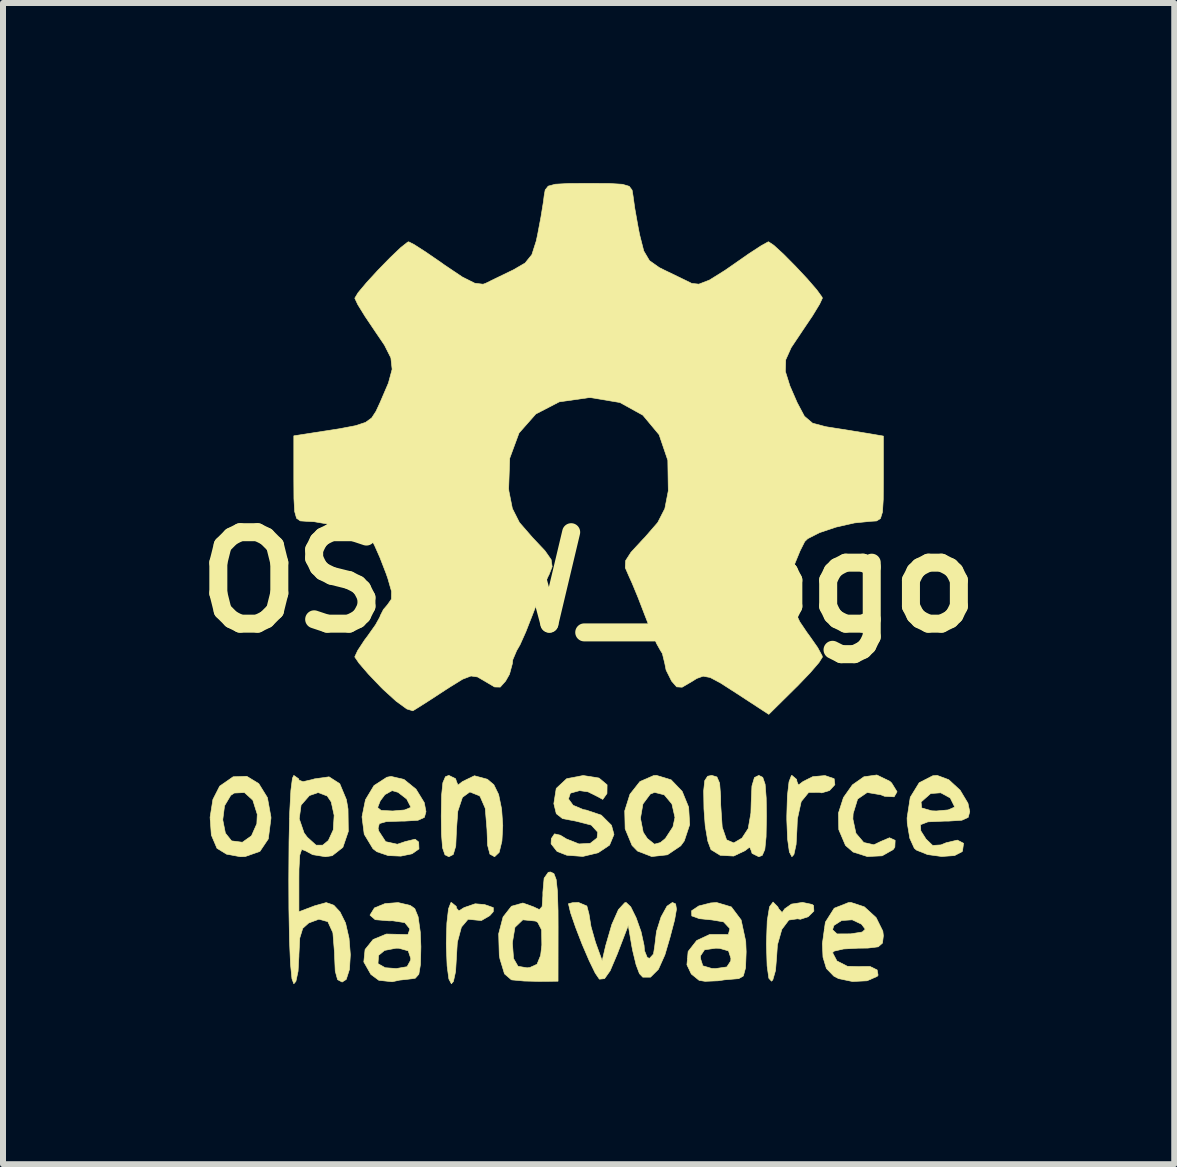
<source format=kicad_pcb>
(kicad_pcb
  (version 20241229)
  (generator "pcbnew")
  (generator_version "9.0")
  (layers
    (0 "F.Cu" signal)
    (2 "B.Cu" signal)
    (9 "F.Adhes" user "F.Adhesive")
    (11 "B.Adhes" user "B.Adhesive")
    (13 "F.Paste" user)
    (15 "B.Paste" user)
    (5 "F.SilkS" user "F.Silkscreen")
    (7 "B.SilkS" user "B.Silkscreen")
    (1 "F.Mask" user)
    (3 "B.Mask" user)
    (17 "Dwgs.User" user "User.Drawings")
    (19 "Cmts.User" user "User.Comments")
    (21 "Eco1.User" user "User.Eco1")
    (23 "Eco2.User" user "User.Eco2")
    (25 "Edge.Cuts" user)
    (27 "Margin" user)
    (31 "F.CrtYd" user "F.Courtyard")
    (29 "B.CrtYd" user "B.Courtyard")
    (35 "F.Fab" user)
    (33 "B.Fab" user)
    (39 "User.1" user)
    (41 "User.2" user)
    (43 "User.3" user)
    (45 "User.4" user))
  (footprint "OSHW_Logo"
    (layer "F.Cu")
    (at 6.756 6.651)
    (property "Reference" "OSHW_Logo" (at 0 0 0) (layer "F.SilkS") (effects (font (size 1.524 1.524) (thickness 0.3))))
    (attr through_hole)
    (fp_poly (pts (xy -2.205 5.4) (xy -2.201 5.429) (xy -2.161 5.474) (xy -2.075 5.42) (xy -1.89 5.356) (xy -1.733 5.369) (xy -1.587 5.42) (xy -1.588 5.488) (xy -1.647 5.554) (xy -1.786 5.635) (xy -1.866 5.628) (xy -2.008 5.614) (xy -2.119 5.745) (xy -2.187 5.999) (xy -2.201 6.233) (xy -2.216 6.485) (xy -2.252 6.65) (xy -2.286 6.689) (xy -2.328 6.609) (xy -2.357 6.393) (xy -2.37 6.072) (xy -2.371 6.011) (xy -2.361 5.676) (xy -2.334 5.44) (xy -2.294 5.336) (xy -2.286 5.334) (xy -2.205 5.4)) (stroke (width 0.01) (type solid)) (fill yes) (layer "F.SilkS"))
    (fp_poly (pts (xy 3.152 5.407) (xy 3.168 5.44) (xy 3.224 5.502) (xy 3.267 5.44) (xy 3.38 5.361) (xy 3.564 5.333) (xy 3.724 5.367) (xy 3.748 5.385) (xy 3.753 5.478) (xy 3.659 5.571) (xy 3.529 5.614) (xy 3.481 5.606) (xy 3.336 5.627) (xy 3.219 5.783) (xy 3.146 6.04) (xy 3.133 6.234) (xy 3.114 6.468) (xy 3.069 6.623) (xy 3.048 6.646) (xy 3.003 6.597) (xy 2.974 6.391) (xy 2.963 6.041) (xy 2.963 6.016) (xy 2.976 5.639) (xy 3.014 5.407) (xy 3.073 5.327) (xy 3.152 5.407)) (stroke (width 0.01) (type solid)) (fill yes) (layer "F.SilkS"))
    (fp_poly (pts (xy 3.466 3.284) (xy 3.471 3.319) (xy 3.496 3.378) (xy 3.573 3.319) (xy 3.735 3.238) (xy 3.939 3.22) (xy 4.09 3.272) (xy 4.091 3.273) (xy 4.103 3.372) (xy 4.014 3.469) (xy 3.884 3.508) (xy 3.845 3.499) (xy 3.666 3.501) (xy 3.542 3.653) (xy 3.478 3.945) (xy 3.471 4.117) (xy 3.457 4.368) (xy 3.421 4.534) (xy 3.387 4.572) (xy 3.345 4.493) (xy 3.315 4.277) (xy 3.302 3.955) (xy 3.302 3.895) (xy 3.312 3.559) (xy 3.339 3.324) (xy 3.379 3.22) (xy 3.387 3.217) (xy 3.466 3.284)) (stroke (width 0.01) (type solid)) (fill yes) (layer "F.SilkS"))
    (fp_poly (pts (xy 5.018 3.315) (xy 5.049 3.344) (xy 5.139 3.49) (xy 5.09 3.574) (xy 4.931 3.565) (xy 4.868 3.54) (xy 4.641 3.502) (xy 4.482 3.611) (xy 4.407 3.855) (xy 4.403 3.944) (xy 4.454 4.182) (xy 4.584 4.335) (xy 4.752 4.373) (xy 4.87 4.317) (xy 5.013 4.256) (xy 5.107 4.299) (xy 5.102 4.412) (xy 5.074 4.453) (xy 4.89 4.557) (xy 4.644 4.569) (xy 4.407 4.494) (xy 4.28 4.384) (xy 4.168 4.12) (xy 4.163 3.844) (xy 4.246 3.586) (xy 4.395 3.375) (xy 4.587 3.24) (xy 4.802 3.21) (xy 5.018 3.315)) (stroke (width 0.01) (type solid)) (fill yes) (layer "F.SilkS"))
    (fp_poly (pts (xy -5.495 3.354) (xy -5.351 3.587) (xy -5.292 3.912) (xy -5.292 3.933) (xy -5.336 4.275) (xy -5.476 4.483) (xy -5.721 4.569) (xy -5.8 4.572) (xy -6.031 4.53) (xy -6.191 4.432) (xy -6.285 4.211) (xy -6.303 3.957) (xy -6.095 3.957) (xy -6.051 4.179) (xy -5.948 4.308) (xy -5.768 4.331) (xy -5.616 4.223) (xy -5.527 4.022) (xy -5.52 3.865) (xy -5.594 3.63) (xy -5.733 3.503) (xy -5.903 3.511) (xy -5.962 3.55) (xy -6.065 3.723) (xy -6.095 3.957) (xy -6.303 3.957) (xy -6.306 3.915) (xy -6.259 3.618) (xy -6.146 3.396) (xy -5.922 3.24) (xy -5.695 3.232) (xy -5.495 3.354)) (stroke (width 0.01) (type solid)) (fill yes) (layer "F.SilkS"))
    (fp_poly (pts (xy 1.375 3.291) (xy 1.559 3.483) (xy 1.667 3.747) (xy 1.684 4.038) (xy 1.594 4.309) (xy 1.535 4.39) (xy 1.313 4.54) (xy 1.052 4.569) (xy 0.816 4.478) (xy 0.724 4.384) (xy 0.609 4.107) (xy 0.605 3.931) (xy 0.864 3.931) (xy 0.91 4.165) (xy 0.979 4.269) (xy 1.097 4.363) (xy 1.197 4.336) (xy 1.28 4.267) (xy 1.405 4.075) (xy 1.439 3.918) (xy 1.388 3.693) (xy 1.261 3.541) (xy 1.1 3.5) (xy 1.028 3.528) (xy 0.905 3.693) (xy 0.864 3.931) (xy 0.605 3.931) (xy 0.602 3.808) (xy 0.689 3.531) (xy 0.855 3.32) (xy 1.083 3.22) (xy 1.132 3.217) (xy 1.375 3.291)) (stroke (width 0.01) (type solid)) (fill yes) (layer "F.SilkS"))
    (fp_poly (pts (xy -2.216 3.272) (xy -2.201 3.319) (xy -2.176 3.378) (xy -2.1 3.319) (xy -1.902 3.223) (xy -1.687 3.281) (xy -1.579 3.372) (xy -1.499 3.535) (xy -1.449 3.779) (xy -1.43 4.054) (xy -1.444 4.311) (xy -1.49 4.5) (xy -1.566 4.572) (xy -1.644 4.529) (xy -1.683 4.38) (xy -1.693 4.117) (xy -1.722 3.765) (xy -1.807 3.569) (xy -1.82 3.556) (xy -1.979 3.493) (xy -2.102 3.583) (xy -2.179 3.814) (xy -2.201 4.117) (xy -2.213 4.394) (xy -2.255 4.535) (xy -2.328 4.572) (xy -2.393 4.54) (xy -2.433 4.424) (xy -2.451 4.195) (xy -2.455 3.895) (xy -2.449 3.547) (xy -2.428 3.339) (xy -2.385 3.239) (xy -2.328 3.217) (xy -2.216 3.272)) (stroke (width 0.01) (type solid)) (fill yes) (layer "F.SilkS"))
    (fp_poly (pts (xy 2.901 3.249) (xy 2.941 3.365) (xy 2.959 3.595) (xy 2.963 3.895) (xy 2.957 4.242) (xy 2.936 4.451) (xy 2.893 4.55) (xy 2.836 4.572) (xy 2.724 4.517) (xy 2.709 4.47) (xy 2.684 4.411) (xy 2.608 4.47) (xy 2.417 4.561) (xy 2.192 4.548) (xy 2.039 4.454) (xy 1.986 4.312) (xy 1.943 4.058) (xy 1.922 3.777) (xy 1.917 3.474) (xy 1.935 3.304) (xy 1.983 3.231) (xy 2.052 3.217) (xy 2.138 3.243) (xy 2.183 3.347) (xy 2.2 3.565) (xy 2.201 3.708) (xy 2.226 4.079) (xy 2.299 4.291) (xy 2.419 4.342) (xy 2.556 4.261) (xy 2.659 4.103) (xy 2.704 3.843) (xy 2.709 3.67) (xy 2.721 3.394) (xy 2.763 3.253) (xy 2.836 3.217) (xy 2.901 3.249)) (stroke (width 0.01) (type solid)) (fill yes) (layer "F.SilkS"))
    (fp_poly (pts (xy 0.173 3.261) (xy 0.308 3.374) (xy 0.306 3.519) (xy 0.236 3.617) (xy 0.15 3.57) (xy -0.009 3.491) (xy -0.15 3.471) (xy -0.304 3.513) (xy -0.335 3.609) (xy -0.258 3.715) (xy -0.087 3.787) (xy -0.042 3.794) (xy 0.211 3.879) (xy 0.381 4.048) (xy 0.423 4.201) (xy 0.349 4.379) (xy 0.159 4.506) (xy -0.095 4.567) (xy -0.364 4.547) (xy -0.526 4.483) (xy -0.625 4.357) (xy -0.621 4.27) (xy -0.568 4.191) (xy -0.472 4.213) (xy -0.367 4.277) (xy -0.16 4.359) (xy 0.027 4.349) (xy 0.141 4.26) (xy 0.152 4.163) (xy 0.045 4.045) (xy -0.212 3.979) (xy -0.434 3.937) (xy -0.538 3.855) (xy -0.578 3.692) (xy -0.579 3.687) (xy -0.539 3.434) (xy -0.365 3.272) (xy -0.09 3.219) (xy 0.173 3.261)) (stroke (width 0.01) (type solid)) (fill yes) (layer "F.SilkS"))
    (fp_poly (pts (xy -0.578 4.853) (xy -0.54 4.952) (xy -0.519 5.149) (xy -0.509 5.473) (xy -0.508 5.736) (xy -0.509 6.646) (xy -0.826 6.649) (xy -1.076 6.643) (xy -1.27 6.625) (xy -1.287 6.622) (xy -1.401 6.524) (xy -1.477 6.274) (xy -1.488 6.211) (xy -1.494 6.006) (xy -1.27 6.006) (xy -1.25 6.269) (xy -1.176 6.397) (xy -1.025 6.423) (xy -0.977 6.417) (xy -0.859 6.363) (xy -0.799 6.215) (xy -0.779 6.043) (xy -0.783 5.791) (xy -0.848 5.664) (xy -0.885 5.644) (xy -1.096 5.623) (xy -1.227 5.748) (xy -1.27 6.006) (xy -1.494 6.006) (xy -1.498 5.855) (xy -1.425 5.576) (xy -1.285 5.397) (xy -1.095 5.343) (xy -0.92 5.406) (xy -0.82 5.453) (xy -0.774 5.402) (xy -0.762 5.221) (xy -0.762 5.165) (xy -0.741 4.93) (xy -0.672 4.832) (xy -0.635 4.826) (xy -0.578 4.853)) (stroke (width 0.01) (type solid)) (fill yes) (layer "F.SilkS"))
    (fp_poly (pts (xy 4.594 5.407) (xy 4.79 5.586) (xy 4.902 5.812) (xy 4.911 5.888) (xy 4.896 6.011) (xy 4.825 6.073) (xy 4.653 6.094) (xy 4.487 6.096) (xy 4.246 6.109) (xy 4.093 6.144) (xy 4.064 6.17) (xy 4.137 6.308) (xy 4.311 6.397) (xy 4.518 6.403) (xy 4.523 6.401) (xy 4.688 6.4) (xy 4.807 6.458) (xy 4.823 6.546) (xy 4.807 6.566) (xy 4.639 6.639) (xy 4.397 6.651) (xy 4.165 6.603) (xy 4.085 6.561) (xy 3.962 6.434) (xy 3.905 6.246) (xy 3.895 6.02) (xy 3.927 5.788) (xy 4.064 5.788) (xy 4.139 5.858) (xy 4.367 5.857) (xy 4.368 5.857) (xy 4.56 5.826) (xy 4.609 5.779) (xy 4.547 5.696) (xy 4.392 5.623) (xy 4.215 5.635) (xy 4.087 5.717) (xy 4.064 5.788) (xy 3.927 5.788) (xy 3.945 5.662) (xy 4.092 5.43) (xy 4.329 5.336) (xy 4.372 5.334) (xy 4.594 5.407)) (stroke (width 0.01) (type solid)) (fill yes) (layer "F.SilkS"))
    (fp_poly (pts (xy -3.076 3.284) (xy -2.875 3.447) (xy -2.738 3.67) (xy -2.709 3.821) (xy -2.736 3.917) (xy -2.843 3.965) (xy -3.071 3.979) (xy -3.125 3.979) (xy -3.371 3.987) (xy -3.486 4.02) (xy -3.507 4.096) (xy -3.497 4.143) (xy -3.381 4.321) (xy -3.186 4.364) (xy -3.047 4.317) (xy -2.89 4.28) (xy -2.831 4.327) (xy -2.826 4.442) (xy -2.941 4.523) (xy -3.128 4.562) (xy -3.339 4.553) (xy -3.527 4.489) (xy -3.592 4.439) (xy -3.738 4.197) (xy -3.775 3.908) (xy -3.744 3.753) (xy -3.515 3.753) (xy -3.457 3.8) (xy -3.265 3.81) (xy -3.263 3.81) (xy -3.066 3.793) (xy -2.966 3.752) (xy -2.963 3.742) (xy -3.03 3.611) (xy -3.175 3.499) (xy -3.274 3.471) (xy -3.394 3.538) (xy -3.471 3.641) (xy -3.515 3.753) (xy -3.744 3.753) (xy -3.717 3.622) (xy -3.575 3.386) (xy -3.361 3.248) (xy -3.291 3.234) (xy -3.076 3.284)) (stroke (width 0.01) (type solid)) (fill yes) (layer "F.SilkS"))
    (fp_poly (pts (xy -2.972 5.383) (xy -2.896 5.436) (xy -2.84 5.573) (xy -2.804 5.827) (xy -2.794 6.071) (xy -2.801 6.366) (xy -2.828 6.529) (xy -2.887 6.596) (xy -2.942 6.605) (xy -3.148 6.628) (xy -3.273 6.655) (xy -3.494 6.631) (xy -3.627 6.533) (xy -3.729 6.353) (xy -3.509 6.353) (xy -3.389 6.421) (xy -3.203 6.435) (xy -3.024 6.404) (xy -2.964 6.294) (xy -2.963 6.265) (xy -3.005 6.14) (xy -3.158 6.097) (xy -3.208 6.096) (xy -3.399 6.133) (xy -3.499 6.215) (xy -3.509 6.353) (xy -3.729 6.353) (xy -3.745 6.325) (xy -3.724 6.118) (xy -3.59 5.951) (xy -3.369 5.86) (xy -3.161 5.865) (xy -3.01 5.869) (xy -2.98 5.784) (xy -2.983 5.768) (xy -3.062 5.67) (xy -3.263 5.639) (xy -3.326 5.64) (xy -3.555 5.621) (xy -3.64 5.548) (xy -3.641 5.543) (xy -3.568 5.425) (xy -3.392 5.353) (xy -3.173 5.336) (xy -2.972 5.383)) (stroke (width 0.01) (type solid)) (fill yes) (layer "F.SilkS"))
    (fp_poly (pts (xy 2.378 5.408) (xy 2.541 5.625) (xy 2.618 5.983) (xy 2.625 6.157) (xy 2.615 6.423) (xy 2.578 6.559) (xy 2.5 6.604) (xy 2.477 6.605) (xy 2.264 6.623) (xy 2.159 6.639) (xy 1.941 6.648) (xy 1.842 6.632) (xy 1.711 6.526) (xy 1.638 6.372) (xy 1.648 6.265) (xy 1.863 6.265) (xy 1.903 6.389) (xy 2.051 6.433) (xy 2.117 6.435) (xy 2.303 6.408) (xy 2.368 6.309) (xy 2.371 6.265) (xy 2.331 6.141) (xy 2.182 6.098) (xy 2.117 6.096) (xy 1.931 6.123) (xy 1.865 6.222) (xy 1.863 6.265) (xy 1.648 6.265) (xy 1.658 6.151) (xy 1.801 5.968) (xy 2.018 5.867) (xy 2.181 5.867) (xy 2.328 5.868) (xy 2.353 5.775) (xy 2.352 5.768) (xy 2.248 5.657) (xy 2.054 5.625) (xy 1.846 5.604) (xy 1.72 5.559) (xy 1.719 5.557) (xy 1.716 5.472) (xy 1.836 5.392) (xy 2.033 5.342) (xy 2.133 5.335) (xy 2.378 5.408)) (stroke (width 0.01) (type solid)) (fill yes) (layer "F.SilkS"))
    (fp_poly (pts (xy 6 3.289) (xy 6.189 3.463) (xy 6.32 3.681) (xy 6.35 3.821) (xy 6.324 3.917) (xy 6.219 3.964) (xy 5.993 3.979) (xy 5.927 3.979) (xy 5.653 3.991) (xy 5.529 4.039) (xy 5.535 4.142) (xy 5.621 4.277) (xy 5.732 4.384) (xy 5.87 4.375) (xy 5.957 4.339) (xy 6.144 4.295) (xy 6.247 4.348) (xy 6.229 4.477) (xy 6.223 4.487) (xy 6.097 4.553) (xy 5.882 4.568) (xy 5.647 4.536) (xy 5.463 4.462) (xy 5.426 4.43) (xy 5.351 4.264) (xy 5.309 4.013) (xy 5.306 3.927) (xy 5.347 3.66) (xy 5.539 3.66) (xy 5.549 3.759) (xy 5.717 3.807) (xy 5.793 3.81) (xy 5.991 3.792) (xy 6.093 3.747) (xy 6.096 3.736) (xy 6.025 3.593) (xy 5.867 3.507) (xy 5.702 3.519) (xy 5.692 3.525) (xy 5.539 3.66) (xy 5.347 3.66) (xy 5.359 3.582) (xy 5.508 3.339) (xy 5.734 3.223) (xy 5.807 3.217) (xy 6 3.289)) (stroke (width 0.01) (type solid)) (fill yes) (layer "F.SilkS"))
    (fp_poly (pts (xy 1.45 5.358) (xy 1.464 5.446) (xy 1.433 5.625) (xy 1.355 5.921) (xy 1.271 6.207) (xy 1.163 6.448) (xy 1.031 6.579) (xy 0.903 6.579) (xy 0.847 6.52) (xy 0.791 6.371) (xy 0.734 6.135) (xy 0.72 6.063) (xy 0.661 5.715) (xy 0.476 6.197) (xy 0.359 6.472) (xy 0.266 6.603) (xy 0.183 6.612) (xy 0.177 6.608) (xy 0.11 6.51) (xy 0.009 6.302) (xy -0.107 6.032) (xy -0.216 5.75) (xy -0.3 5.506) (xy -0.336 5.355) (xy -0.267 5.338) (xy -0.169 5.334) (xy -0.029 5.393) (xy 0.006 5.524) (xy 0.04 5.735) (xy 0.112 5.989) (xy 0.119 6.01) (xy 0.226 6.305) (xy 0.285 6.052) (xy 0.387 5.701) (xy 0.497 5.453) (xy 0.602 5.339) (xy 0.625 5.334) (xy 0.702 5.407) (xy 0.792 5.589) (xy 0.874 5.821) (xy 0.924 6.048) (xy 0.931 6.137) (xy 0.977 6.251) (xy 1.016 6.265) (xy 1.081 6.193) (xy 1.101 6.066) (xy 1.131 5.817) (xy 1.207 5.576) (xy 1.306 5.396) (xy 1.396 5.334) (xy 1.45 5.358)) (stroke (width 0.01) (type solid)) (fill yes) (layer "F.SilkS"))
    (fp_poly (pts (xy -4.828 3.276) (xy -4.826 3.295) (xy -4.758 3.322) (xy -4.593 3.284) (xy -4.572 3.276) (xy -4.324 3.241) (xy -4.146 3.355) (xy -4.035 3.621) (xy -4.008 3.777) (xy -4.003 4.15) (xy -4.094 4.416) (xy -4.271 4.555) (xy -4.384 4.572) (xy -4.596 4.538) (xy -4.724 4.47) (xy -4.78 4.451) (xy -4.812 4.546) (xy -4.825 4.777) (xy -4.826 4.929) (xy -4.826 5.489) (xy -4.565 5.39) (xy -4.371 5.336) (xy -4.245 5.38) (xy -4.141 5.492) (xy -4.049 5.677) (xy -3.991 5.93) (xy -3.969 6.204) (xy -3.984 6.449) (xy -4.038 6.616) (xy -4.106 6.66) (xy -4.182 6.62) (xy -4.221 6.477) (xy -4.233 6.2) (xy -4.233 6.176) (xy -4.26 5.838) (xy -4.344 5.654) (xy -4.494 5.613) (xy -4.663 5.676) (xy -4.762 5.765) (xy -4.812 5.927) (xy -4.826 6.208) (xy -4.826 6.226) (xy -4.84 6.48) (xy -4.876 6.648) (xy -4.911 6.689) (xy -4.942 6.606) (xy -4.966 6.363) (xy -4.983 5.97) (xy -4.993 5.436) (xy -4.995 4.953) (xy -4.991 4.321) (xy -4.982 3.94) (xy -4.821 3.94) (xy -4.74 4.176) (xy -4.686 4.248) (xy -4.541 4.379) (xy -4.429 4.379) (xy -4.335 4.301) (xy -4.254 4.125) (xy -4.239 3.883) (xy -4.288 3.659) (xy -4.355 3.56) (xy -4.506 3.503) (xy -4.651 3.553) (xy -4.79 3.712) (xy -4.821 3.94) (xy -4.982 3.94) (xy -4.979 3.822) (xy -4.96 3.467) (xy -4.934 3.264) (xy -4.911 3.217) (xy -4.828 3.276)) (stroke (width 0.01) (type solid)) (fill yes) (layer "F.SilkS"))
    (fp_poly (pts (xy 0.349 -6.644) (xy 0.563 -6.631) (xy 0.677 -6.597) (xy 0.725 -6.533) (xy 0.741 -6.435) (xy 0.77 -6.227) (xy 0.821 -5.94) (xy 0.85 -5.79) (xy 0.919 -5.52) (xy 1.014 -5.359) (xy 1.178 -5.243) (xy 1.252 -5.206) (xy 1.492 -5.09) (xy 1.688 -4.995) (xy 1.717 -4.98) (xy 1.837 -4.967) (xy 2.013 -5.035) (xy 2.274 -5.198) (xy 2.405 -5.289) (xy 2.666 -5.471) (xy 2.873 -5.606) (xy 2.988 -5.67) (xy 2.998 -5.673) (xy 3.085 -5.615) (xy 3.246 -5.468) (xy 3.443 -5.269) (xy 3.641 -5.058) (xy 3.801 -4.873) (xy 3.888 -4.753) (xy 3.895 -4.734) (xy 3.849 -4.635) (xy 3.73 -4.439) (xy 3.562 -4.19) (xy 3.555 -4.179) (xy 3.375 -3.91) (xy 3.284 -3.707) (xy 3.278 -3.513) (xy 3.354 -3.271) (xy 3.475 -2.993) (xy 3.595 -2.767) (xy 3.731 -2.651) (xy 3.949 -2.593) (xy 3.997 -2.585) (xy 4.302 -2.537) (xy 4.59 -2.49) (xy 4.636 -2.483) (xy 4.911 -2.436) (xy 4.911 -1.726) (xy 4.909 -1.381) (xy 4.896 -1.17) (xy 4.862 -1.062) (xy 4.798 -1.022) (xy 4.7 -1.016) (xy 4.429 -0.989) (xy 4.125 -0.92) (xy 3.847 -0.827) (xy 3.651 -0.727) (xy 3.601 -0.679) (xy 3.524 -0.526) (xy 3.424 -0.283) (xy 3.374 -0.148) (xy 3.293 0.102) (xy 3.278 0.25) (xy 3.326 0.349) (xy 3.351 0.375) (xy 3.45 0.502) (xy 3.471 0.557) (xy 3.518 0.658) (xy 3.636 0.833) (xy 3.683 0.897) (xy 3.816 1.087) (xy 3.89 1.224) (xy 3.895 1.246) (xy 3.838 1.337) (xy 3.69 1.509) (xy 3.48 1.728) (xy 3.448 1.759) (xy 3.002 2.2) (xy 2.472 1.854) (xy 2.2 1.679) (xy 2.026 1.586) (xy 1.908 1.564) (xy 1.802 1.602) (xy 1.719 1.654) (xy 1.558 1.748) (xy 1.467 1.742) (xy 1.383 1.646) (xy 1.291 1.462) (xy 1.27 1.355) (xy 1.229 1.186) (xy 1.199 1.139) (xy 1.133 1.021) (xy 1.034 0.796) (xy 0.938 0.55) (xy 0.826 0.259) (xy 0.726 0.017) (xy 0.671 -0.105) (xy 0.611 -0.243) (xy 0.617 -0.361) (xy 0.707 -0.501) (xy 0.899 -0.709) (xy 0.935 -0.746) (xy 1.152 -0.996) (xy 1.27 -1.227) (xy 1.327 -1.519) (xy 1.328 -1.52) (xy 1.32 -2.032) (xy 1.175 -2.459) (xy 0.904 -2.784) (xy 0.522 -2.995) (xy 0.04 -3.076) (xy -0.000001 -3.076) (xy -0.489 -3.006) (xy -0.879 -2.804) (xy -1.159 -2.487) (xy -1.314 -2.067) (xy -1.332 -1.561) (xy -1.328 -1.52) (xy -1.27 -1.229) (xy -1.153 -0.997) (xy -0.936 -0.747) (xy -0.935 -0.746) (xy -0.727 -0.525) (xy -0.624 -0.378) (xy -0.607 -0.26) (xy -0.659 -0.127) (xy -0.671 -0.105) (xy -0.741 0.05) (xy -0.844 0.305) (xy -0.938 0.55) (xy -1.047 0.828) (xy -1.143 1.042) (xy -1.199 1.139) (xy -1.263 1.29) (xy -1.27 1.355) (xy -1.318 1.532) (xy -1.383 1.646) (xy -1.472 1.746) (xy -1.566 1.744) (xy -1.72 1.653) (xy -1.85 1.577) (xy -1.959 1.561) (xy -2.098 1.614) (xy -2.315 1.748) (xy -2.391 1.797) (xy -2.639 1.959) (xy -2.837 2.085) (xy -2.928 2.141) (xy -3.027 2.111) (xy -3.205 1.982) (xy -3.425 1.782) (xy -3.457 1.75) (xy -3.67 1.527) (xy -3.825 1.347) (xy -3.894 1.246) (xy -3.895 1.241) (xy -3.847 1.137) (xy -3.73 0.959) (xy -3.683 0.897) (xy -3.55 0.709) (xy -3.477 0.578) (xy -3.471 0.557) (xy -3.418 0.453) (xy -3.351 0.375) (xy -3.285 0.28) (xy -3.283 0.151) (xy -3.345 -0.065) (xy -3.374 -0.148) (xy -3.475 -0.409) (xy -3.567 -0.617) (xy -3.601 -0.679) (xy -3.733 -0.776) (xy -3.977 -0.875) (xy -4.275 -0.958) (xy -4.569 -1.009) (xy -4.7 -1.016) (xy -4.803 -1.023) (xy -4.865 -1.066) (xy -4.897 -1.179) (xy -4.909 -1.395) (xy -4.911 -1.728) (xy -4.911 -2.44) (xy -4.551 -2.496) (xy -4.151 -2.558) (xy -3.884 -2.609) (xy -3.716 -2.664) (xy -3.613 -2.739) (xy -3.541 -2.85) (xy -3.474 -2.995) (xy -3.335 -3.319) (xy -3.273 -3.549) (xy -3.294 -3.74) (xy -3.401 -3.952) (xy -3.555 -4.179) (xy -3.724 -4.43) (xy -3.846 -4.628) (xy -3.895 -4.733) (xy -3.895 -4.734) (xy -3.84 -4.825) (xy -3.699 -4.993) (xy -3.509 -5.2) (xy -3.307 -5.407) (xy -3.131 -5.575) (xy -3.016 -5.666) (xy -2.998 -5.673) (xy -2.907 -5.627) (xy -2.717 -5.505) (xy -2.465 -5.332) (xy -2.405 -5.289) (xy -2.103 -5.086) (xy -1.897 -4.983) (xy -1.759 -4.966) (xy -1.717 -4.98) (xy -1.544 -5.065) (xy -1.306 -5.18) (xy -1.252 -5.206) (xy -1.058 -5.319) (xy -0.945 -5.459) (xy -0.872 -5.687) (xy -0.85 -5.79) (xy -0.794 -6.085) (xy -0.752 -6.344) (xy -0.741 -6.435) (xy -0.723 -6.537) (xy -0.673 -6.6) (xy -0.555 -6.632) (xy -0.334 -6.644) (xy 0 -6.646) (xy 0.349 -6.644)) (stroke (width 0.01) (type solid)) (fill yes) (layer "F.SilkS")))
  (gr_rect
    (start -3 -3)
    (end 16.513 16.345)
    (stroke (width 0.1) (type default))
    (fill no)
    (layer "Edge.Cuts")))
</source>
